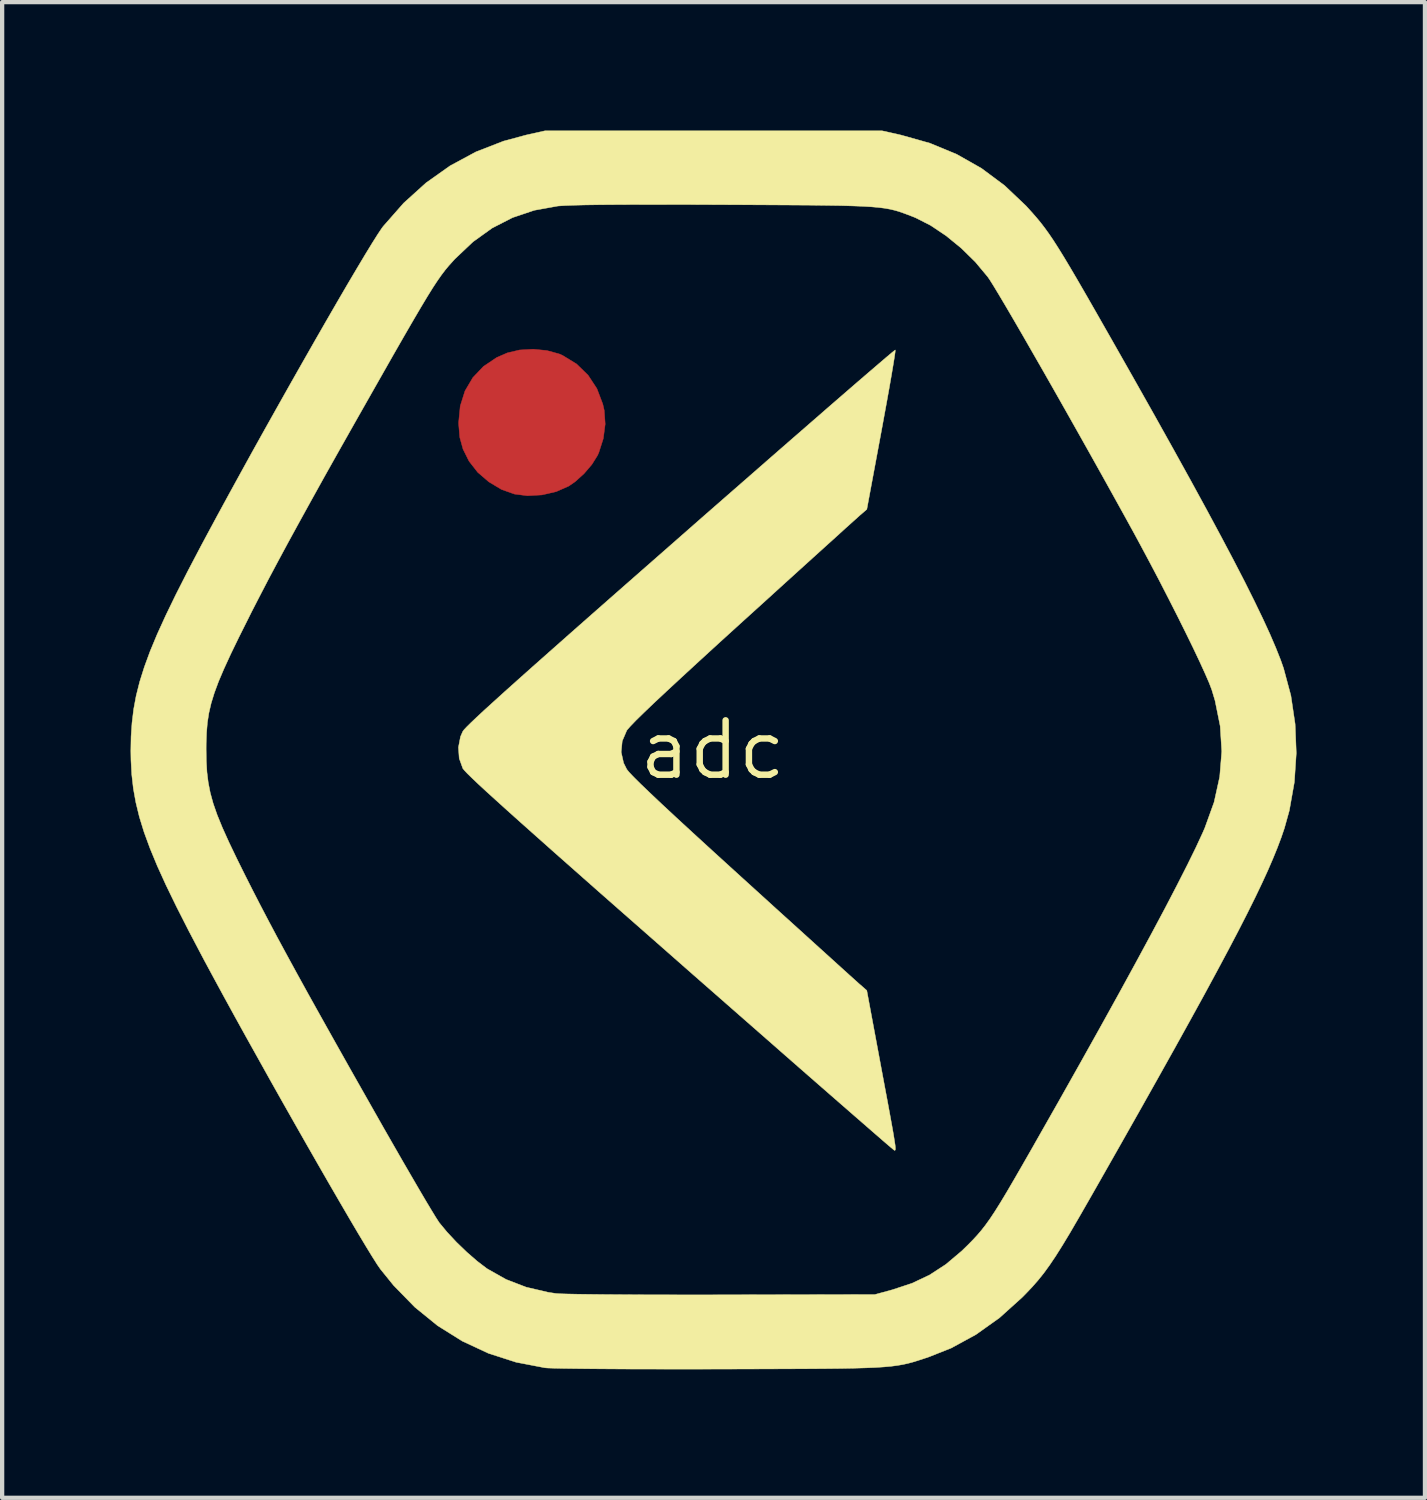
<source format=kicad_pcb>
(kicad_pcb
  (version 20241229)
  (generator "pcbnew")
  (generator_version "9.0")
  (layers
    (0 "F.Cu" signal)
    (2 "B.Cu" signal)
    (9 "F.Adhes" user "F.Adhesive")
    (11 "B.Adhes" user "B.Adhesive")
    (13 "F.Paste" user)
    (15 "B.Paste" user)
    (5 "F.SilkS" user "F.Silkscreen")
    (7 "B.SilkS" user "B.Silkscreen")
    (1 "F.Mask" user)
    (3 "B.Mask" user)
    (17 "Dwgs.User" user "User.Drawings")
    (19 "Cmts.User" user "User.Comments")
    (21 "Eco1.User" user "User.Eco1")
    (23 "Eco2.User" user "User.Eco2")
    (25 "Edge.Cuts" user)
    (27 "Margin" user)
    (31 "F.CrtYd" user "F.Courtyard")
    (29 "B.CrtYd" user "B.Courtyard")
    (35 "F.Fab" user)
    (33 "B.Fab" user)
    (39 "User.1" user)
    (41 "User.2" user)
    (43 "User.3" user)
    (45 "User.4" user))
  (footprint "adc"
    (layer "F.Cu")
    (at 13.593 14.462)
    (property "Reference" "adc" (at 0 0 0) (layer "F.SilkS") (effects (font (size 1.27 1.27) (thickness 0.15))))
    (attr through_hole)
    (fp_poly (pts (xy -3.872 -9.326) (xy -3.584 -9.247) (xy -3.506 -9.213) (xy -3.178 -9.012) (xy -2.909 -8.75) (xy -2.703 -8.436) (xy -2.566 -8.076) (xy -2.532 -7.927) (xy -2.51 -7.608) (xy -2.554 -7.27) (xy -2.659 -6.943) (xy -2.689 -6.876) (xy -2.821 -6.665) (xy -3.004 -6.451) (xy -3.212 -6.263) (xy -3.361 -6.16) (xy -3.654 -6.031) (xy -3.987 -5.954) (xy -4.328 -5.935) (xy -4.63 -5.974) (xy -4.935 -6.083) (xy -5.228 -6.259) (xy -5.487 -6.482) (xy -5.686 -6.737) (xy -5.696 -6.754) (xy -5.83 -7.024) (xy -5.906 -7.298) (xy -5.932 -7.609) (xy -5.933 -7.642) (xy -5.895 -8.031) (xy -5.784 -8.383) (xy -5.601 -8.694) (xy -5.352 -8.956) (xy -5.042 -9.164) (xy -4.796 -9.271) (xy -4.509 -9.339) (xy -4.191 -9.357) (xy -3.872 -9.326)) (stroke (width 0.01) (type solid)) (fill yes) (layer "F.Cu"))
    (fp_poly (pts (xy 2.328 -13.752) (xy 2.644 -13.75) (xy 2.91 -13.747) (xy 3.134 -13.743) (xy 3.32 -13.738) (xy 3.476 -13.731) (xy 3.606 -13.723) (xy 3.717 -13.713) (xy 3.815 -13.702) (xy 3.872 -13.694) (xy 4.519 -13.558) (xy 5.139 -13.342) (xy 5.731 -13.046) (xy 6.292 -12.673) (xy 6.527 -12.479) (xy 6.786 -12.235) (xy 7.049 -11.965) (xy 7.293 -11.689) (xy 7.499 -11.431) (xy 7.561 -11.343) (xy 7.64 -11.222) (xy 7.756 -11.033) (xy 7.905 -10.783) (xy 8.084 -10.479) (xy 8.289 -10.126) (xy 8.516 -9.733) (xy 8.762 -9.304) (xy 9.022 -8.848) (xy 9.294 -8.369) (xy 9.572 -7.875) (xy 9.854 -7.373) (xy 10.135 -6.869) (xy 10.212 -6.731) (xy 10.618 -5.998) (xy 10.983 -5.332) (xy 11.308 -4.729) (xy 11.597 -4.183) (xy 11.851 -3.689) (xy 12.072 -3.241) (xy 12.263 -2.836) (xy 12.425 -2.467) (xy 12.561 -2.129) (xy 12.673 -1.818) (xy 12.762 -1.527) (xy 12.832 -1.252) (xy 12.883 -0.988) (xy 12.919 -0.729) (xy 12.941 -0.47) (xy 12.952 -0.206) (xy 12.954 -0.026) (xy 12.951 0.213) (xy 12.941 0.446) (xy 12.922 0.675) (xy 12.893 0.905) (xy 12.852 1.14) (xy 12.796 1.383) (xy 12.725 1.639) (xy 12.637 1.911) (xy 12.529 2.203) (xy 12.401 2.519) (xy 12.25 2.863) (xy 12.074 3.239) (xy 11.873 3.65) (xy 11.643 4.101) (xy 11.384 4.595) (xy 11.094 5.137) (xy 10.77 5.73) (xy 10.412 6.378) (xy 10.017 7.085) (xy 9.583 7.855) (xy 9.11 8.691) (xy 8.793 9.25) (xy 8.579 9.624) (xy 8.373 9.984) (xy 8.178 10.322) (xy 7.999 10.629) (xy 7.841 10.897) (xy 7.71 11.117) (xy 7.61 11.281) (xy 7.546 11.38) (xy 7.541 11.388) (xy 7.271 11.731) (xy 6.941 12.083) (xy 6.574 12.426) (xy 6.19 12.739) (xy 5.81 13.004) (xy 5.729 13.054) (xy 5.226 13.309) (xy 4.662 13.512) (xy 4.043 13.659) (xy 3.83 13.694) (xy 3.704 13.706) (xy 3.501 13.717) (xy 3.232 13.727) (xy 2.902 13.736) (xy 2.521 13.743) (xy 2.096 13.749) (xy 1.637 13.753) (xy 1.151 13.757) (xy 0.646 13.759) (xy 0.131 13.76) (xy -0.387 13.76) (xy -0.898 13.758) (xy -1.396 13.755) (xy -1.871 13.751) (xy -2.315 13.746) (xy -2.72 13.739) (xy -3.079 13.731) (xy -3.382 13.722) (xy -3.622 13.712) (xy -3.79 13.701) (xy -3.852 13.693) (xy -4.507 13.549) (xy -5.128 13.329) (xy -5.721 13.03) (xy -5.99 12.863) (xy -6.196 12.711) (xy -6.435 12.508) (xy -6.69 12.272) (xy -6.945 12.018) (xy -7.182 11.764) (xy -7.384 11.527) (xy -7.52 11.345) (xy -7.592 11.233) (xy -7.699 11.059) (xy -7.835 10.832) (xy -7.993 10.565) (xy -8.166 10.268) (xy -8.349 9.953) (xy -8.497 9.694) (xy -9.013 8.788) (xy -9.488 7.95) (xy -9.923 7.178) (xy -10.319 6.468) (xy -10.679 5.816) (xy -11.004 5.219) (xy -11.296 4.674) (xy -11.557 4.177) (xy -11.788 3.724) (xy -11.992 3.312) (xy -12.17 2.937) (xy -12.323 2.597) (xy -12.454 2.286) (xy -12.565 2.002) (xy -12.656 1.742) (xy -12.73 1.501) (xy -12.789 1.277) (xy -12.835 1.065) (xy -12.846 1) (xy -12.882 0.714) (xy -12.903 0.372) (xy -12.91 0.002) (xy -12.908 -0.052) (xy -12.634 -0.052) (xy -12.601 0.617) (xy -12.487 1.264) (xy -12.432 1.472) (xy -12.358 1.702) (xy -12.265 1.958) (xy -12.15 2.243) (xy -12.012 2.559) (xy -11.849 2.912) (xy -11.659 3.303) (xy -11.442 3.736) (xy -11.194 4.214) (xy -10.915 4.74) (xy -10.603 5.319) (xy -10.256 5.952) (xy -9.872 6.644) (xy -9.45 7.398) (xy -8.988 8.216) (xy -8.484 9.103) (xy -8.328 9.376) (xy -8.077 9.814) (xy -7.863 10.186) (xy -7.678 10.501) (xy -7.519 10.765) (xy -7.38 10.986) (xy -7.256 11.174) (xy -7.142 11.335) (xy -7.031 11.477) (xy -6.92 11.609) (xy -6.802 11.738) (xy -6.673 11.872) (xy -6.646 11.899) (xy -6.153 12.35) (xy -5.642 12.721) (xy -5.106 13.014) (xy -4.539 13.234) (xy -3.934 13.383) (xy -3.731 13.417) (xy -3.638 13.424) (xy -3.468 13.43) (xy -3.23 13.436) (xy -2.931 13.441) (xy -2.579 13.446) (xy -2.183 13.45) (xy -1.749 13.452) (xy -1.287 13.455) (xy -0.805 13.456) (xy -0.309 13.457) (xy 0.191 13.457) (xy 0.688 13.456) (xy 1.174 13.455) (xy 1.64 13.453) (xy 2.079 13.45) (xy 2.483 13.447) (xy 2.844 13.442) (xy 3.154 13.437) (xy 3.405 13.432) (xy 3.588 13.425) (xy 3.696 13.418) (xy 3.706 13.417) (xy 4.357 13.286) (xy 4.97 13.081) (xy 5.546 12.799) (xy 6.087 12.441) (xy 6.595 12.006) (xy 6.837 11.759) (xy 6.939 11.648) (xy 7.032 11.54) (xy 7.122 11.43) (xy 7.213 11.309) (xy 7.309 11.172) (xy 7.415 11.01) (xy 7.535 10.817) (xy 7.674 10.586) (xy 7.836 10.31) (xy 8.025 9.982) (xy 8.246 9.595) (xy 8.504 9.142) (xy 8.539 9.081) (xy 9.031 8.212) (xy 9.482 7.413) (xy 9.893 6.679) (xy 10.267 6.007) (xy 10.604 5.394) (xy 10.908 4.835) (xy 11.179 4.327) (xy 11.42 3.867) (xy 11.633 3.451) (xy 11.818 3.075) (xy 11.979 2.736) (xy 12.118 2.43) (xy 12.235 2.153) (xy 12.332 1.903) (xy 12.413 1.674) (xy 12.477 1.464) (xy 12.528 1.27) (xy 12.631 0.681) (xy 12.67 0.066) (xy 12.646 -0.548) (xy 12.558 -1.138) (xy 12.533 -1.251) (xy 12.476 -1.461) (xy 12.402 -1.695) (xy 12.307 -1.954) (xy 12.19 -2.243) (xy 12.051 -2.564) (xy 11.886 -2.921) (xy 11.694 -3.316) (xy 11.474 -3.754) (xy 11.224 -4.237) (xy 10.943 -4.769) (xy 10.628 -5.352) (xy 10.278 -5.99) (xy 9.891 -6.687) (xy 9.466 -7.445) (xy 9.002 -8.267) (xy 8.495 -9.158) (xy 8.286 -9.525) (xy 8.044 -9.947) (xy 7.837 -10.304) (xy 7.66 -10.604) (xy 7.507 -10.855) (xy 7.373 -11.066) (xy 7.251 -11.245) (xy 7.135 -11.4) (xy 7.021 -11.541) (xy 6.902 -11.675) (xy 6.773 -11.812) (xy 6.648 -11.938) (xy 6.19 -12.355) (xy 5.724 -12.696) (xy 5.236 -12.971) (xy 4.71 -13.188) (xy 4.321 -13.308) (xy 3.831 -13.441) (xy -3.747 -13.441) (xy -4.191 -13.327) (xy -4.69 -13.179) (xy -5.139 -12.997) (xy -5.566 -12.769) (xy -6.003 -12.48) (xy -6.011 -12.474) (xy -6.184 -12.335) (xy -6.391 -12.149) (xy -6.613 -11.932) (xy -6.833 -11.705) (xy -7.032 -11.484) (xy -7.193 -11.29) (xy -7.245 -11.218) (xy -7.313 -11.113) (xy -7.419 -10.941) (xy -7.558 -10.708) (xy -7.726 -10.422) (xy -7.919 -10.089) (xy -8.134 -9.716) (xy -8.367 -9.31) (xy -8.614 -8.877) (xy -8.87 -8.425) (xy -9.133 -7.961) (xy -9.398 -7.491) (xy -9.661 -7.022) (xy -9.918 -6.56) (xy -10.166 -6.114) (xy -10.401 -5.689) (xy -10.619 -5.292) (xy -10.815 -4.932) (xy -11.024 -4.54) (xy -11.235 -4.135) (xy -11.443 -3.728) (xy -11.64 -3.333) (xy -11.822 -2.961) (xy -11.982 -2.624) (xy -12.114 -2.335) (xy -12.212 -2.104) (xy -12.229 -2.062) (xy -12.449 -1.392) (xy -12.584 -0.722) (xy -12.634 -0.052) (xy -12.908 -0.052) (xy -12.901 -0.37) (xy -12.878 -0.715) (xy -12.846 -0.974) (xy -12.808 -1.176) (xy -12.758 -1.389) (xy -12.693 -1.617) (xy -12.611 -1.864) (xy -12.512 -2.132) (xy -12.394 -2.425) (xy -12.254 -2.746) (xy -12.091 -3.099) (xy -11.903 -3.487) (xy -11.69 -3.914) (xy -11.448 -4.382) (xy -11.177 -4.895) (xy -10.874 -5.457) (xy -10.538 -6.07) (xy -10.168 -6.739) (xy -9.761 -7.466) (xy -9.315 -8.256) (xy -8.831 -9.11) (xy -8.304 -10.033) (xy -8.195 -10.223) (xy -7.972 -10.61) (xy -7.78 -10.932) (xy -7.61 -11.202) (xy -7.454 -11.432) (xy -7.304 -11.633) (xy -7.151 -11.817) (xy -6.987 -11.994) (xy -6.804 -12.178) (xy -6.738 -12.242) (xy -6.291 -12.635) (xy -5.838 -12.96) (xy -5.362 -13.225) (xy -4.846 -13.441) (xy -4.272 -13.615) (xy -4.106 -13.657) (xy -4.043 -13.67) (xy -3.973 -13.682) (xy -3.889 -13.692) (xy -3.786 -13.701) (xy -3.658 -13.709) (xy -3.498 -13.715) (xy -3.302 -13.721) (xy -3.064 -13.726) (xy -2.777 -13.73) (xy -2.436 -13.734) (xy -2.036 -13.737) (xy -1.57 -13.74) (xy -1.033 -13.743) (xy -0.419 -13.746) (xy -0.192 -13.747) (xy 0.457 -13.75) (xy 1.028 -13.752) (xy 1.526 -13.753) (xy 1.958 -13.753) (xy 2.328 -13.752)) (stroke (width 0.01) (type solid)) (fill yes) (layer "F.Cu"))
    (fp_poly (pts (xy -3.872 -9.326) (xy -3.584 -9.247) (xy -3.506 -9.213) (xy -3.178 -9.012) (xy -2.909 -8.75) (xy -2.703 -8.436) (xy -2.566 -8.076) (xy -2.532 -7.927) (xy -2.51 -7.608) (xy -2.554 -7.27) (xy -2.659 -6.943) (xy -2.689 -6.876) (xy -2.821 -6.665) (xy -3.004 -6.451) (xy -3.212 -6.263) (xy -3.361 -6.16) (xy -3.654 -6.031) (xy -3.987 -5.954) (xy -4.328 -5.935) (xy -4.63 -5.974) (xy -4.935 -6.083) (xy -5.228 -6.259) (xy -5.487 -6.482) (xy -5.686 -6.737) (xy -5.696 -6.754) (xy -5.83 -7.024) (xy -5.906 -7.298) (xy -5.932 -7.609) (xy -5.933 -7.642) (xy -5.895 -8.031) (xy -5.784 -8.383) (xy -5.601 -8.694) (xy -5.352 -8.956) (xy -5.042 -9.164) (xy -4.796 -9.271) (xy -4.509 -9.339) (xy -4.191 -9.357) (xy -3.872 -9.326)) (stroke (width 0.01) (type solid)) (fill yes) (layer "F.Mask"))
    (fp_poly (pts (xy 4.262 -9.294) (xy 4.245 -9.174) (xy 4.215 -8.988) (xy 4.174 -8.744) (xy 4.123 -8.451) (xy 4.063 -8.117) (xy 3.996 -7.751) (xy 3.944 -7.467) (xy 3.6 -5.618) (xy 3.44 -5.48) (xy 3.385 -5.43) (xy 3.271 -5.328) (xy 3.105 -5.179) (xy 2.892 -4.985) (xy 2.636 -4.754) (xy 2.342 -4.488) (xy 2.015 -4.192) (xy 1.661 -3.871) (xy 1.285 -3.529) (xy 0.891 -3.172) (xy 0.7 -2.999) (xy 0.163 -2.511) (xy -0.311 -2.077) (xy -0.724 -1.697) (xy -1.078 -1.369) (xy -1.373 -1.093) (xy -1.61 -0.866) (xy -1.792 -0.688) (xy -1.918 -0.557) (xy -1.992 -0.473) (xy -2.006 -0.454) (xy -2.112 -0.206) (xy -2.137 0.051) (xy -2.08 0.306) (xy -2.006 0.454) (xy -1.952 0.521) (xy -1.845 0.634) (xy -1.683 0.795) (xy -1.465 1.004) (xy -1.191 1.263) (xy -0.858 1.573) (xy -0.466 1.934) (xy -0.013 2.349) (xy 0.502 2.818) (xy 0.7 2.998) (xy 1.101 3.362) (xy 1.486 3.712) (xy 1.852 4.043) (xy 2.192 4.351) (xy 2.502 4.632) (xy 2.776 4.88) (xy 3.01 5.092) (xy 3.199 5.263) (xy 3.338 5.388) (xy 3.421 5.463) (xy 3.44 5.479) (xy 3.599 5.618) (xy 3.937 7.432) (xy 4.021 7.882) (xy 4.091 8.255) (xy 4.147 8.56) (xy 4.191 8.803) (xy 4.224 8.99) (xy 4.246 9.13) (xy 4.261 9.228) (xy 4.267 9.293) (xy 4.267 9.33) (xy 4.261 9.348) (xy 4.251 9.353) (xy 4.244 9.352) (xy 4.209 9.324) (xy 4.114 9.244) (xy 3.962 9.113) (xy 3.757 8.935) (xy 3.503 8.714) (xy 3.201 8.451) (xy 2.857 8.151) (xy 2.473 7.816) (xy 2.053 7.449) (xy 1.601 7.053) (xy 1.119 6.63) (xy 0.611 6.185) (xy 0.081 5.72) (xy -0.468 5.239) (xy -0.761 4.981) (xy -1.465 4.362) (xy -2.108 3.797) (xy -2.691 3.284) (xy -3.216 2.82) (xy -3.687 2.404) (xy -4.104 2.033) (xy -4.47 1.707) (xy -4.788 1.422) (xy -5.059 1.177) (xy -5.286 0.971) (xy -5.471 0.8) (xy -5.615 0.663) (xy -5.722 0.559) (xy -5.793 0.484) (xy -5.831 0.438) (xy -5.835 0.432) (xy -5.919 0.198) (xy -5.937 -0.059) (xy -5.889 -0.309) (xy -5.835 -0.432) (xy -5.805 -0.472) (xy -5.742 -0.539) (xy -5.644 -0.636) (xy -5.509 -0.764) (xy -5.336 -0.925) (xy -5.12 -1.121) (xy -4.862 -1.355) (xy -4.557 -1.628) (xy -4.205 -1.942) (xy -3.802 -2.299) (xy -3.348 -2.701) (xy -2.838 -3.151) (xy -2.272 -3.649) (xy -1.647 -4.198) (xy -0.961 -4.8) (xy -0.747 -4.988) (xy -0.189 -5.478) (xy 0.352 -5.951) (xy 0.873 -6.406) (xy 1.369 -6.84) (xy 1.838 -7.249) (xy 2.276 -7.63) (xy 2.679 -7.981) (xy 3.045 -8.298) (xy 3.369 -8.579) (xy 3.649 -8.82) (xy 3.881 -9.019) (xy 4.061 -9.173) (xy 4.186 -9.278) (xy 4.254 -9.332) (xy 4.264 -9.339) (xy 4.262 -9.294)) (stroke (width 0.01) (type solid)) (fill yes) (layer "F.SilkS"))
    (fp_poly (pts (xy 4.399 -14.358) (xy 5.073 -14.168) (xy 5.697 -13.91) (xy 6.276 -13.582) (xy 6.815 -13.181) (xy 7.318 -12.704) (xy 7.469 -12.537) (xy 7.569 -12.422) (xy 7.663 -12.308) (xy 7.756 -12.187) (xy 7.852 -12.054) (xy 7.955 -11.902) (xy 8.069 -11.724) (xy 8.199 -11.514) (xy 8.349 -11.264) (xy 8.522 -10.969) (xy 8.723 -10.622) (xy 8.956 -10.215) (xy 9.225 -9.743) (xy 9.301 -9.61) (xy 9.831 -8.676) (xy 10.318 -7.812) (xy 10.763 -7.015) (xy 11.169 -6.281) (xy 11.536 -5.609) (xy 11.866 -4.995) (xy 12.161 -4.437) (xy 12.422 -3.932) (xy 12.649 -3.477) (xy 12.846 -3.069) (xy 13.013 -2.706) (xy 13.151 -2.384) (xy 13.263 -2.102) (xy 13.332 -1.906) (xy 13.503 -1.269) (xy 13.602 -0.603) (xy 13.629 0.077) (xy 13.584 0.755) (xy 13.467 1.415) (xy 13.351 1.831) (xy 13.277 2.048) (xy 13.189 2.282) (xy 13.085 2.537) (xy 12.965 2.815) (xy 12.825 3.12) (xy 12.664 3.456) (xy 12.48 3.826) (xy 12.272 4.233) (xy 12.037 4.681) (xy 11.774 5.173) (xy 11.482 5.713) (xy 11.157 6.304) (xy 10.799 6.95) (xy 10.406 7.653) (xy 9.976 8.418) (xy 9.507 9.247) (xy 8.997 10.145) (xy 8.795 10.499) (xy 8.555 10.917) (xy 8.349 11.271) (xy 8.17 11.568) (xy 8.012 11.819) (xy 7.868 12.033) (xy 7.733 12.219) (xy 7.599 12.386) (xy 7.461 12.543) (xy 7.311 12.701) (xy 7.227 12.786) (xy 6.7 13.261) (xy 6.147 13.655) (xy 5.569 13.97) (xy 5.044 14.178) (xy 4.909 14.223) (xy 4.786 14.263) (xy 4.671 14.298) (xy 4.558 14.328) (xy 4.44 14.354) (xy 4.311 14.376) (xy 4.166 14.395) (xy 3.998 14.41) (xy 3.802 14.423) (xy 3.571 14.432) (xy 3.301 14.44) (xy 2.984 14.446) (xy 2.615 14.45) (xy 2.187 14.453) (xy 1.696 14.455) (xy 1.135 14.457) (xy 0.498 14.459) (xy 0.169 14.46) (xy -0.413 14.461) (xy -0.972 14.461) (xy -1.501 14.46) (xy -1.995 14.459) (xy -2.447 14.456) (xy -2.851 14.453) (xy -3.2 14.449) (xy -3.489 14.445) (xy -3.71 14.44) (xy -3.857 14.435) (xy -3.916 14.43) (xy -4.592 14.3) (xy -5.237 14.092) (xy -5.848 13.807) (xy -6.422 13.448) (xy -6.956 13.014) (xy -7.45 12.508) (xy -7.759 12.126) (xy -7.837 12.013) (xy -7.952 11.831) (xy -8.1 11.589) (xy -8.279 11.291) (xy -8.483 10.945) (xy -8.71 10.556) (xy -8.956 10.132) (xy -9.217 9.678) (xy -9.49 9.201) (xy -9.771 8.707) (xy -10.056 8.204) (xy -10.342 7.696) (xy -10.624 7.19) (xy -10.901 6.694) (xy -11.167 6.213) (xy -11.419 5.753) (xy -11.653 5.322) (xy -11.867 4.925) (xy -11.914 4.836) (xy -12.24 4.216) (xy -12.522 3.661) (xy -12.765 3.161) (xy -12.97 2.71) (xy -13.14 2.299) (xy -13.279 1.92) (xy -13.388 1.567) (xy -13.47 1.23) (xy -13.529 0.903) (xy -13.566 0.578) (xy -13.584 0.247) (xy -13.588 0.021) (xy -13.587 -0.021) (xy -11.829 -0.021) (xy -11.825 0.262) (xy -11.81 0.519) (xy -11.78 0.762) (xy -11.733 1.002) (xy -11.665 1.25) (xy -11.572 1.517) (xy -11.451 1.814) (xy -11.298 2.153) (xy -11.11 2.545) (xy -10.913 2.942) (xy -10.742 3.28) (xy -10.563 3.628) (xy -10.372 3.993) (xy -10.167 4.379) (xy -9.943 4.793) (xy -9.699 5.24) (xy -9.431 5.726) (xy -9.135 6.257) (xy -8.809 6.839) (xy -8.45 7.477) (xy -8.053 8.178) (xy -7.673 8.848) (xy -7.454 9.23) (xy -7.244 9.596) (xy -7.045 9.939) (xy -6.864 10.25) (xy -6.704 10.522) (xy -6.569 10.747) (xy -6.466 10.916) (xy -6.397 11.023) (xy -6.382 11.045) (xy -6.203 11.261) (xy -5.983 11.497) (xy -5.742 11.729) (xy -5.502 11.938) (xy -5.287 12.102) (xy -5.261 12.12) (xy -4.825 12.366) (xy -4.356 12.547) (xy -3.838 12.668) (xy -3.658 12.695) (xy -3.571 12.701) (xy -3.406 12.706) (xy -3.171 12.711) (xy -2.871 12.715) (xy -2.514 12.719) (xy -2.107 12.722) (xy -1.656 12.725) (xy -1.169 12.726) (xy -0.652 12.727) (xy -0.111 12.727) (xy 0.212 12.726) (xy 3.789 12.719) (xy 4.199 12.607) (xy 4.656 12.456) (xy 5.064 12.263) (xy 5.444 12.016) (xy 5.815 11.703) (xy 5.958 11.564) (xy 6.073 11.447) (xy 6.178 11.334) (xy 6.277 11.218) (xy 6.375 11.092) (xy 6.479 10.947) (xy 6.592 10.776) (xy 6.72 10.572) (xy 6.868 10.326) (xy 7.041 10.03) (xy 7.244 9.678) (xy 7.483 9.261) (xy 7.537 9.165) (xy 8.075 8.218) (xy 8.579 7.323) (xy 9.049 6.482) (xy 9.483 5.698) (xy 9.88 4.972) (xy 10.24 4.306) (xy 10.562 3.702) (xy 10.843 3.162) (xy 11.084 2.688) (xy 11.284 2.281) (xy 11.44 1.944) (xy 11.494 1.82) (xy 11.71 1.221) (xy 11.841 0.627) (xy 11.889 0.036) (xy 11.852 -0.556) (xy 11.732 -1.15) (xy 11.655 -1.406) (xy 11.596 -1.561) (xy 11.5 -1.782) (xy 11.374 -2.058) (xy 11.221 -2.381) (xy 11.045 -2.741) (xy 10.852 -3.129) (xy 10.645 -3.536) (xy 10.431 -3.953) (xy 10.212 -4.369) (xy 9.994 -4.777) (xy 9.853 -5.038) (xy 9.605 -5.489) (xy 9.344 -5.96) (xy 9.075 -6.444) (xy 8.801 -6.934) (xy 8.525 -7.425) (xy 8.251 -7.911) (xy 7.983 -8.384) (xy 7.724 -8.839) (xy 7.477 -9.269) (xy 7.248 -9.668) (xy 7.038 -10.03) (xy 6.852 -10.348) (xy 6.693 -10.616) (xy 6.565 -10.828) (xy 6.471 -10.978) (xy 6.422 -11.049) (xy 6.134 -11.394) (xy 5.804 -11.718) (xy 5.45 -12.007) (xy 5.09 -12.248) (xy 4.74 -12.426) (xy 4.684 -12.449) (xy 4.565 -12.495) (xy 4.457 -12.535) (xy 4.355 -12.571) (xy 4.251 -12.601) (xy 4.141 -12.627) (xy 4.018 -12.649) (xy 3.875 -12.667) (xy 3.707 -12.682) (xy 3.507 -12.694) (xy 3.27 -12.703) (xy 2.989 -12.711) (xy 2.658 -12.716) (xy 2.271 -12.721) (xy 1.822 -12.724) (xy 1.304 -12.727) (xy 0.712 -12.73) (xy 0.275 -12.732) (xy -0.465 -12.735) (xy -1.122 -12.736) (xy -1.699 -12.736) (xy -2.198 -12.734) (xy -2.621 -12.731) (xy -2.971 -12.726) (xy -3.249 -12.719) (xy -3.457 -12.711) (xy -3.599 -12.702) (xy -3.619 -12.7) (xy -4.166 -12.601) (xy -4.674 -12.43) (xy -5.15 -12.186) (xy -5.597 -11.865) (xy -6.021 -11.464) (xy -6.164 -11.305) (xy -6.248 -11.204) (xy -6.335 -11.089) (xy -6.431 -10.952) (xy -6.54 -10.786) (xy -6.666 -10.583) (xy -6.814 -10.336) (xy -6.989 -10.038) (xy -7.196 -9.681) (xy -7.438 -9.259) (xy -7.466 -9.21) (xy -7.921 -8.409) (xy -8.337 -7.676) (xy -8.716 -7.005) (xy -9.061 -6.391) (xy -9.374 -5.827) (xy -9.659 -5.31) (xy -9.92 -4.833) (xy -10.158 -4.391) (xy -10.377 -3.979) (xy -10.579 -3.59) (xy -10.769 -3.221) (xy -10.834 -3.09) (xy -11.064 -2.631) (xy -11.256 -2.235) (xy -11.413 -1.893) (xy -11.54 -1.595) (xy -11.638 -1.33) (xy -11.712 -1.089) (xy -11.765 -0.861) (xy -11.8 -0.636) (xy -11.819 -0.405) (xy -11.828 -0.156) (xy -11.829 -0.021) (xy -13.587 -0.021) (xy -13.582 -0.312) (xy -13.56 -0.633) (xy -13.522 -0.948) (xy -13.463 -1.265) (xy -13.381 -1.591) (xy -13.273 -1.934) (xy -13.138 -2.302) (xy -12.972 -2.701) (xy -12.772 -3.14) (xy -12.537 -3.625) (xy -12.263 -4.164) (xy -11.948 -4.764) (xy -11.813 -5.016) (xy -11.567 -5.473) (xy -11.304 -5.956) (xy -11.028 -6.459) (xy -10.743 -6.976) (xy -10.451 -7.5) (xy -10.156 -8.026) (xy -9.862 -8.548) (xy -9.572 -9.059) (xy -9.29 -9.554) (xy -9.019 -10.026) (xy -8.763 -10.469) (xy -8.525 -10.877) (xy -8.308 -11.244) (xy -8.116 -11.565) (xy -7.953 -11.832) (xy -7.822 -12.04) (xy -7.727 -12.182) (xy -7.695 -12.225) (xy -7.216 -12.77) (xy -6.694 -13.242) (xy -6.131 -13.641) (xy -5.528 -13.966) (xy -4.885 -14.216) (xy -4.352 -14.36) (xy -3.916 -14.457) (xy 3.958 -14.457) (xy 4.399 -14.358)) (stroke (width 0.01) (type solid)) (fill yes) (layer "F.SilkS")))
  (gr_rect
    (start -3 -3)
    (end 30.227 31.928)
    (stroke (width 0.1) (type default))
    (fill no)
    (layer "Edge.Cuts")))
</source>
